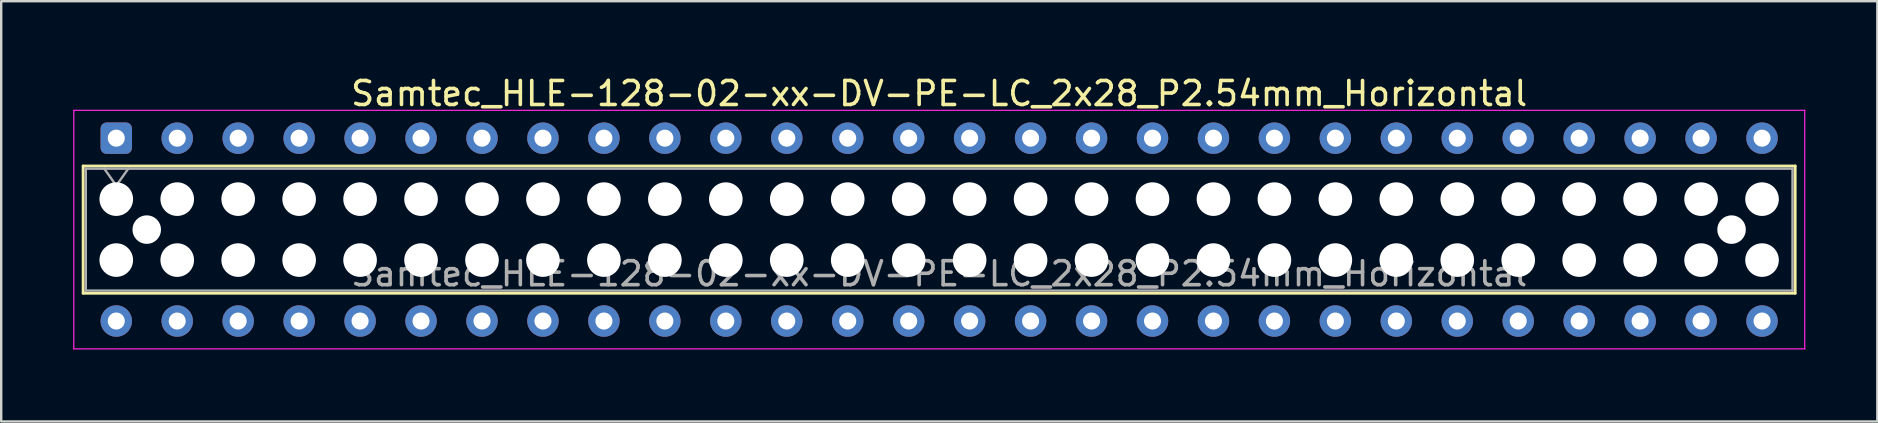
<source format=kicad_pcb>
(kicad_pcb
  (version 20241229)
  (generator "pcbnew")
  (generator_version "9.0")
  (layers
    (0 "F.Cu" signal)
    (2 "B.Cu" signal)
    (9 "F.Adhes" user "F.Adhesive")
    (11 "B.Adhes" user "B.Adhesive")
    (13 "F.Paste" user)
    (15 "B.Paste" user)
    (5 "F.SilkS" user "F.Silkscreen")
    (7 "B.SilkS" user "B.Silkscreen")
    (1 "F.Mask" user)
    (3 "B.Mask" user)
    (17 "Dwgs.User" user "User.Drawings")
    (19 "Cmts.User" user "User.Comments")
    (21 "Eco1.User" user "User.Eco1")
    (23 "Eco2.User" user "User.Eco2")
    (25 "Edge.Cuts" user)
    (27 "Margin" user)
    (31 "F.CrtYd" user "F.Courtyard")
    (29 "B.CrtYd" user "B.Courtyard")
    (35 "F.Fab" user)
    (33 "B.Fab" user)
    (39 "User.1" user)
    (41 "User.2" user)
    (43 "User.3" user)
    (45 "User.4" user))
  (footprint "Samtec_HLE-128-02-xx-DV-PE-LC_2x28_P2.54mm_Horizontal"
    (layer "F.Cu")
    (at 1.795 2.708)
    (property "Reference" "Samtec_HLE-128-02-xx-DV-PE-LC_2x28_P2.54mm_Horizontal" (at 34.29 -1.86 0) (layer "F.SilkS") (effects (font (size 1 1) (thickness 0.15))))
    (attr through_hole)
    (fp_line (start -1.38 1.16) (end 69.96 1.16) (stroke (width 0.12) (type solid)) (layer "F.SilkS"))
    (fp_line (start -1.38 6.46) (end -1.38 1.16) (stroke (width 0.12) (type solid)) (layer "F.SilkS"))
    (fp_line (start 69.96 1.16) (end 69.96 6.46) (stroke (width 0.12) (type solid)) (layer "F.SilkS"))
    (fp_line (start 69.96 6.46) (end -1.38 6.46) (stroke (width 0.12) (type solid)) (layer "F.SilkS"))
    (fp_line (start -1.77 -1.16) (end 70.36 -1.16) (stroke (width 0.05) (type solid)) (layer "F.CrtYd"))
    (fp_line (start -1.77 8.78) (end -1.77 -1.16) (stroke (width 0.05) (type solid)) (layer "F.CrtYd"))
    (fp_line (start 70.36 -1.16) (end 70.36 8.78) (stroke (width 0.05) (type solid)) (layer "F.CrtYd"))
    (fp_line (start 70.36 8.78) (end -1.77 8.78) (stroke (width 0.05) (type solid)) (layer "F.CrtYd"))
    (fp_line (start -1.27 1.27) (end 69.85 1.27) (stroke (width 0.1) (type solid)) (layer "F.Fab"))
    (fp_line (start -1.27 6.35) (end -1.27 1.27) (stroke (width 0.1) (type solid)) (layer "F.Fab"))
    (fp_line (start -0.5 1.27) (end 0 1.977) (stroke (width 0.1) (type solid)) (layer "F.Fab"))
    (fp_line (start 0 1.977) (end 0.5 1.27) (stroke (width 0.1) (type solid)) (layer "F.Fab"))
    (fp_line (start 69.85 1.27) (end 69.85 6.35) (stroke (width 0.1) (type solid)) (layer "F.Fab"))
    (fp_line (start 69.85 6.35) (end -1.27 6.35) (stroke (width 0.1) (type solid)) (layer "F.Fab"))
    (fp_text user "${REFERENCE}" (at 34.29 5.65 0) (layer "F.Fab") (effects (font (size 1 1) (thickness 0.15))))
    (pad "" np_thru_hole circle (at 0 2.54) (size 1.4 1.4) (drill 1.4) (layers "*.Cu" "*.Mask"))
    (pad "" np_thru_hole circle (at 0 5.08) (size 1.4 1.4) (drill 1.4) (layers "*.Cu" "*.Mask"))
    (pad "" np_thru_hole circle (at 1.27 3.81) (size 1.19 1.19) (drill 1.19) (layers "*.Cu" "*.Mask"))
    (pad "" np_thru_hole circle (at 2.54 2.54) (size 1.4 1.4) (drill 1.4) (layers "*.Cu" "*.Mask"))
    (pad "" np_thru_hole circle (at 2.54 5.08) (size 1.4 1.4) (drill 1.4) (layers "*.Cu" "*.Mask"))
    (pad "" np_thru_hole circle (at 5.08 2.54) (size 1.4 1.4) (drill 1.4) (layers "*.Cu" "*.Mask"))
    (pad "" np_thru_hole circle (at 5.08 5.08) (size 1.4 1.4) (drill 1.4) (layers "*.Cu" "*.Mask"))
    (pad "" np_thru_hole circle (at 7.62 2.54) (size 1.4 1.4) (drill 1.4) (layers "*.Cu" "*.Mask"))
    (pad "" np_thru_hole circle (at 7.62 5.08) (size 1.4 1.4) (drill 1.4) (layers "*.Cu" "*.Mask"))
    (pad "" np_thru_hole circle (at 10.16 2.54) (size 1.4 1.4) (drill 1.4) (layers "*.Cu" "*.Mask"))
    (pad "" np_thru_hole circle (at 10.16 5.08) (size 1.4 1.4) (drill 1.4) (layers "*.Cu" "*.Mask"))
    (pad "" np_thru_hole circle (at 12.7 2.54) (size 1.4 1.4) (drill 1.4) (layers "*.Cu" "*.Mask"))
    (pad "" np_thru_hole circle (at 12.7 5.08) (size 1.4 1.4) (drill 1.4) (layers "*.Cu" "*.Mask"))
    (pad "" np_thru_hole circle (at 15.24 2.54) (size 1.4 1.4) (drill 1.4) (layers "*.Cu" "*.Mask"))
    (pad "" np_thru_hole circle (at 15.24 5.08) (size 1.4 1.4) (drill 1.4) (layers "*.Cu" "*.Mask"))
    (pad "" np_thru_hole circle (at 17.78 2.54) (size 1.4 1.4) (drill 1.4) (layers "*.Cu" "*.Mask"))
    (pad "" np_thru_hole circle (at 17.78 5.08) (size 1.4 1.4) (drill 1.4) (layers "*.Cu" "*.Mask"))
    (pad "" np_thru_hole circle (at 20.32 2.54) (size 1.4 1.4) (drill 1.4) (layers "*.Cu" "*.Mask"))
    (pad "" np_thru_hole circle (at 20.32 5.08) (size 1.4 1.4) (drill 1.4) (layers "*.Cu" "*.Mask"))
    (pad "" np_thru_hole circle (at 22.86 2.54) (size 1.4 1.4) (drill 1.4) (layers "*.Cu" "*.Mask"))
    (pad "" np_thru_hole circle (at 22.86 5.08) (size 1.4 1.4) (drill 1.4) (layers "*.Cu" "*.Mask"))
    (pad "" np_thru_hole circle (at 25.4 2.54) (size 1.4 1.4) (drill 1.4) (layers "*.Cu" "*.Mask"))
    (pad "" np_thru_hole circle (at 25.4 5.08) (size 1.4 1.4) (drill 1.4) (layers "*.Cu" "*.Mask"))
    (pad "" np_thru_hole circle (at 27.94 2.54) (size 1.4 1.4) (drill 1.4) (layers "*.Cu" "*.Mask"))
    (pad "" np_thru_hole circle (at 27.94 5.08) (size 1.4 1.4) (drill 1.4) (layers "*.Cu" "*.Mask"))
    (pad "" np_thru_hole circle (at 30.48 2.54) (size 1.4 1.4) (drill 1.4) (layers "*.Cu" "*.Mask"))
    (pad "" np_thru_hole circle (at 30.48 5.08) (size 1.4 1.4) (drill 1.4) (layers "*.Cu" "*.Mask"))
    (pad "" np_thru_hole circle (at 33.02 2.54) (size 1.4 1.4) (drill 1.4) (layers "*.Cu" "*.Mask"))
    (pad "" np_thru_hole circle (at 33.02 5.08) (size 1.4 1.4) (drill 1.4) (layers "*.Cu" "*.Mask"))
    (pad "" np_thru_hole circle (at 35.56 2.54) (size 1.4 1.4) (drill 1.4) (layers "*.Cu" "*.Mask"))
    (pad "" np_thru_hole circle (at 35.56 5.08) (size 1.4 1.4) (drill 1.4) (layers "*.Cu" "*.Mask"))
    (pad "" np_thru_hole circle (at 38.1 2.54) (size 1.4 1.4) (drill 1.4) (layers "*.Cu" "*.Mask"))
    (pad "" np_thru_hole circle (at 38.1 5.08) (size 1.4 1.4) (drill 1.4) (layers "*.Cu" "*.Mask"))
    (pad "" np_thru_hole circle (at 40.64 2.54) (size 1.4 1.4) (drill 1.4) (layers "*.Cu" "*.Mask"))
    (pad "" np_thru_hole circle (at 40.64 5.08) (size 1.4 1.4) (drill 1.4) (layers "*.Cu" "*.Mask"))
    (pad "" np_thru_hole circle (at 43.18 2.54) (size 1.4 1.4) (drill 1.4) (layers "*.Cu" "*.Mask"))
    (pad "" np_thru_hole circle (at 43.18 5.08) (size 1.4 1.4) (drill 1.4) (layers "*.Cu" "*.Mask"))
    (pad "" np_thru_hole circle (at 45.72 2.54) (size 1.4 1.4) (drill 1.4) (layers "*.Cu" "*.Mask"))
    (pad "" np_thru_hole circle (at 45.72 5.08) (size 1.4 1.4) (drill 1.4) (layers "*.Cu" "*.Mask"))
    (pad "" np_thru_hole circle (at 48.26 2.54) (size 1.4 1.4) (drill 1.4) (layers "*.Cu" "*.Mask"))
    (pad "" np_thru_hole circle (at 48.26 5.08) (size 1.4 1.4) (drill 1.4) (layers "*.Cu" "*.Mask"))
    (pad "" np_thru_hole circle (at 50.8 2.54) (size 1.4 1.4) (drill 1.4) (layers "*.Cu" "*.Mask"))
    (pad "" np_thru_hole circle (at 50.8 5.08) (size 1.4 1.4) (drill 1.4) (layers "*.Cu" "*.Mask"))
    (pad "" np_thru_hole circle (at 53.34 2.54) (size 1.4 1.4) (drill 1.4) (layers "*.Cu" "*.Mask"))
    (pad "" np_thru_hole circle (at 53.34 5.08) (size 1.4 1.4) (drill 1.4) (layers "*.Cu" "*.Mask"))
    (pad "" np_thru_hole circle (at 55.88 2.54) (size 1.4 1.4) (drill 1.4) (layers "*.Cu" "*.Mask"))
    (pad "" np_thru_hole circle (at 55.88 5.08) (size 1.4 1.4) (drill 1.4) (layers "*.Cu" "*.Mask"))
    (pad "" np_thru_hole circle (at 58.42 2.54) (size 1.4 1.4) (drill 1.4) (layers "*.Cu" "*.Mask"))
    (pad "" np_thru_hole circle (at 58.42 5.08) (size 1.4 1.4) (drill 1.4) (layers "*.Cu" "*.Mask"))
    (pad "" np_thru_hole circle (at 60.96 2.54) (size 1.4 1.4) (drill 1.4) (layers "*.Cu" "*.Mask"))
    (pad "" np_thru_hole circle (at 60.96 5.08) (size 1.4 1.4) (drill 1.4) (layers "*.Cu" "*.Mask"))
    (pad "" np_thru_hole circle (at 63.5 2.54) (size 1.4 1.4) (drill 1.4) (layers "*.Cu" "*.Mask"))
    (pad "" np_thru_hole circle (at 63.5 5.08) (size 1.4 1.4) (drill 1.4) (layers "*.Cu" "*.Mask"))
    (pad "" np_thru_hole circle (at 66.04 2.54) (size 1.4 1.4) (drill 1.4) (layers "*.Cu" "*.Mask"))
    (pad "" np_thru_hole circle (at 66.04 5.08) (size 1.4 1.4) (drill 1.4) (layers "*.Cu" "*.Mask"))
    (pad "" np_thru_hole circle (at 67.31 3.81) (size 1.19 1.19) (drill 1.19) (layers "*.Cu" "*.Mask"))
    (pad "" np_thru_hole circle (at 68.58 2.54) (size 1.4 1.4) (drill 1.4) (layers "*.Cu" "*.Mask"))
    (pad "" np_thru_hole circle (at 68.58 5.08) (size 1.4 1.4) (drill 1.4) (layers "*.Cu" "*.Mask"))
    (pad "1" thru_hole roundrect (at 0 0) (size 1.31 1.31) (drill 0.71) (layers "*.Cu" "*.Mask") (roundrect_rratio 0.191))
    (pad "2" thru_hole circle (at 0 7.62) (size 1.31 1.31) (drill 0.71) (layers "*.Cu" "*.Mask"))
    (pad "3" thru_hole circle (at 2.54 0) (size 1.31 1.31) (drill 0.71) (layers "*.Cu" "*.Mask"))
    (pad "4" thru_hole circle (at 2.54 7.62) (size 1.31 1.31) (drill 0.71) (layers "*.Cu" "*.Mask"))
    (pad "5" thru_hole circle (at 5.08 0) (size 1.31 1.31) (drill 0.71) (layers "*.Cu" "*.Mask"))
    (pad "6" thru_hole circle (at 5.08 7.62) (size 1.31 1.31) (drill 0.71) (layers "*.Cu" "*.Mask"))
    (pad "7" thru_hole circle (at 7.62 0) (size 1.31 1.31) (drill 0.71) (layers "*.Cu" "*.Mask"))
    (pad "8" thru_hole circle (at 7.62 7.62) (size 1.31 1.31) (drill 0.71) (layers "*.Cu" "*.Mask"))
    (pad "9" thru_hole circle (at 10.16 0) (size 1.31 1.31) (drill 0.71) (layers "*.Cu" "*.Mask"))
    (pad "10" thru_hole circle (at 10.16 7.62) (size 1.31 1.31) (drill 0.71) (layers "*.Cu" "*.Mask"))
    (pad "11" thru_hole circle (at 12.7 0) (size 1.31 1.31) (drill 0.71) (layers "*.Cu" "*.Mask"))
    (pad "12" thru_hole circle (at 12.7 7.62) (size 1.31 1.31) (drill 0.71) (layers "*.Cu" "*.Mask"))
    (pad "13" thru_hole circle (at 15.24 0) (size 1.31 1.31) (drill 0.71) (layers "*.Cu" "*.Mask"))
    (pad "14" thru_hole circle (at 15.24 7.62) (size 1.31 1.31) (drill 0.71) (layers "*.Cu" "*.Mask"))
    (pad "15" thru_hole circle (at 17.78 0) (size 1.31 1.31) (drill 0.71) (layers "*.Cu" "*.Mask"))
    (pad "16" thru_hole circle (at 17.78 7.62) (size 1.31 1.31) (drill 0.71) (layers "*.Cu" "*.Mask"))
    (pad "17" thru_hole circle (at 20.32 0) (size 1.31 1.31) (drill 0.71) (layers "*.Cu" "*.Mask"))
    (pad "18" thru_hole circle (at 20.32 7.62) (size 1.31 1.31) (drill 0.71) (layers "*.Cu" "*.Mask"))
    (pad "19" thru_hole circle (at 22.86 0) (size 1.31 1.31) (drill 0.71) (layers "*.Cu" "*.Mask"))
    (pad "20" thru_hole circle (at 22.86 7.62) (size 1.31 1.31) (drill 0.71) (layers "*.Cu" "*.Mask"))
    (pad "21" thru_hole circle (at 25.4 0) (size 1.31 1.31) (drill 0.71) (layers "*.Cu" "*.Mask"))
    (pad "22" thru_hole circle (at 25.4 7.62) (size 1.31 1.31) (drill 0.71) (layers "*.Cu" "*.Mask"))
    (pad "23" thru_hole circle (at 27.94 0) (size 1.31 1.31) (drill 0.71) (layers "*.Cu" "*.Mask"))
    (pad "24" thru_hole circle (at 27.94 7.62) (size 1.31 1.31) (drill 0.71) (layers "*.Cu" "*.Mask"))
    (pad "25" thru_hole circle (at 30.48 0) (size 1.31 1.31) (drill 0.71) (layers "*.Cu" "*.Mask"))
    (pad "26" thru_hole circle (at 30.48 7.62) (size 1.31 1.31) (drill 0.71) (layers "*.Cu" "*.Mask"))
    (pad "27" thru_hole circle (at 33.02 0) (size 1.31 1.31) (drill 0.71) (layers "*.Cu" "*.Mask"))
    (pad "28" thru_hole circle (at 33.02 7.62) (size 1.31 1.31) (drill 0.71) (layers "*.Cu" "*.Mask"))
    (pad "29" thru_hole circle (at 35.56 0) (size 1.31 1.31) (drill 0.71) (layers "*.Cu" "*.Mask"))
    (pad "30" thru_hole circle (at 35.56 7.62) (size 1.31 1.31) (drill 0.71) (layers "*.Cu" "*.Mask"))
    (pad "31" thru_hole circle (at 38.1 0) (size 1.31 1.31) (drill 0.71) (layers "*.Cu" "*.Mask"))
    (pad "32" thru_hole circle (at 38.1 7.62) (size 1.31 1.31) (drill 0.71) (layers "*.Cu" "*.Mask"))
    (pad "33" thru_hole circle (at 40.64 0) (size 1.31 1.31) (drill 0.71) (layers "*.Cu" "*.Mask"))
    (pad "34" thru_hole circle (at 40.64 7.62) (size 1.31 1.31) (drill 0.71) (layers "*.Cu" "*.Mask"))
    (pad "35" thru_hole circle (at 43.18 0) (size 1.31 1.31) (drill 0.71) (layers "*.Cu" "*.Mask"))
    (pad "36" thru_hole circle (at 43.18 7.62) (size 1.31 1.31) (drill 0.71) (layers "*.Cu" "*.Mask"))
    (pad "37" thru_hole circle (at 45.72 0) (size 1.31 1.31) (drill 0.71) (layers "*.Cu" "*.Mask"))
    (pad "38" thru_hole circle (at 45.72 7.62) (size 1.31 1.31) (drill 0.71) (layers "*.Cu" "*.Mask"))
    (pad "39" thru_hole circle (at 48.26 0) (size 1.31 1.31) (drill 0.71) (layers "*.Cu" "*.Mask"))
    (pad "40" thru_hole circle (at 48.26 7.62) (size 1.31 1.31) (drill 0.71) (layers "*.Cu" "*.Mask"))
    (pad "41" thru_hole circle (at 50.8 0) (size 1.31 1.31) (drill 0.71) (layers "*.Cu" "*.Mask"))
    (pad "42" thru_hole circle (at 50.8 7.62) (size 1.31 1.31) (drill 0.71) (layers "*.Cu" "*.Mask"))
    (pad "43" thru_hole circle (at 53.34 0) (size 1.31 1.31) (drill 0.71) (layers "*.Cu" "*.Mask"))
    (pad "44" thru_hole circle (at 53.34 7.62) (size 1.31 1.31) (drill 0.71) (layers "*.Cu" "*.Mask"))
    (pad "45" thru_hole circle (at 55.88 0) (size 1.31 1.31) (drill 0.71) (layers "*.Cu" "*.Mask"))
    (pad "46" thru_hole circle (at 55.88 7.62) (size 1.31 1.31) (drill 0.71) (layers "*.Cu" "*.Mask"))
    (pad "47" thru_hole circle (at 58.42 0) (size 1.31 1.31) (drill 0.71) (layers "*.Cu" "*.Mask"))
    (pad "48" thru_hole circle (at 58.42 7.62) (size 1.31 1.31) (drill 0.71) (layers "*.Cu" "*.Mask"))
    (pad "49" thru_hole circle (at 60.96 0) (size 1.31 1.31) (drill 0.71) (layers "*.Cu" "*.Mask"))
    (pad "50" thru_hole circle (at 60.96 7.62) (size 1.31 1.31) (drill 0.71) (layers "*.Cu" "*.Mask"))
    (pad "51" thru_hole circle (at 63.5 0) (size 1.31 1.31) (drill 0.71) (layers "*.Cu" "*.Mask"))
    (pad "52" thru_hole circle (at 63.5 7.62) (size 1.31 1.31) (drill 0.71) (layers "*.Cu" "*.Mask"))
    (pad "53" thru_hole circle (at 66.04 0) (size 1.31 1.31) (drill 0.71) (layers "*.Cu" "*.Mask"))
    (pad "54" thru_hole circle (at 66.04 7.62) (size 1.31 1.31) (drill 0.71) (layers "*.Cu" "*.Mask"))
    (pad "55" thru_hole circle (at 68.58 0) (size 1.31 1.31) (drill 0.71) (layers "*.Cu" "*.Mask"))
    (pad "56" thru_hole circle (at 68.58 7.62) (size 1.31 1.31) (drill 0.71) (layers "*.Cu" "*.Mask")))
  (gr_rect
    (start -3 -3)
    (end 75.18 14.513)
    (stroke (width 0.1) (type default))
    (fill no)
    (layer "Edge.Cuts")))
</source>
